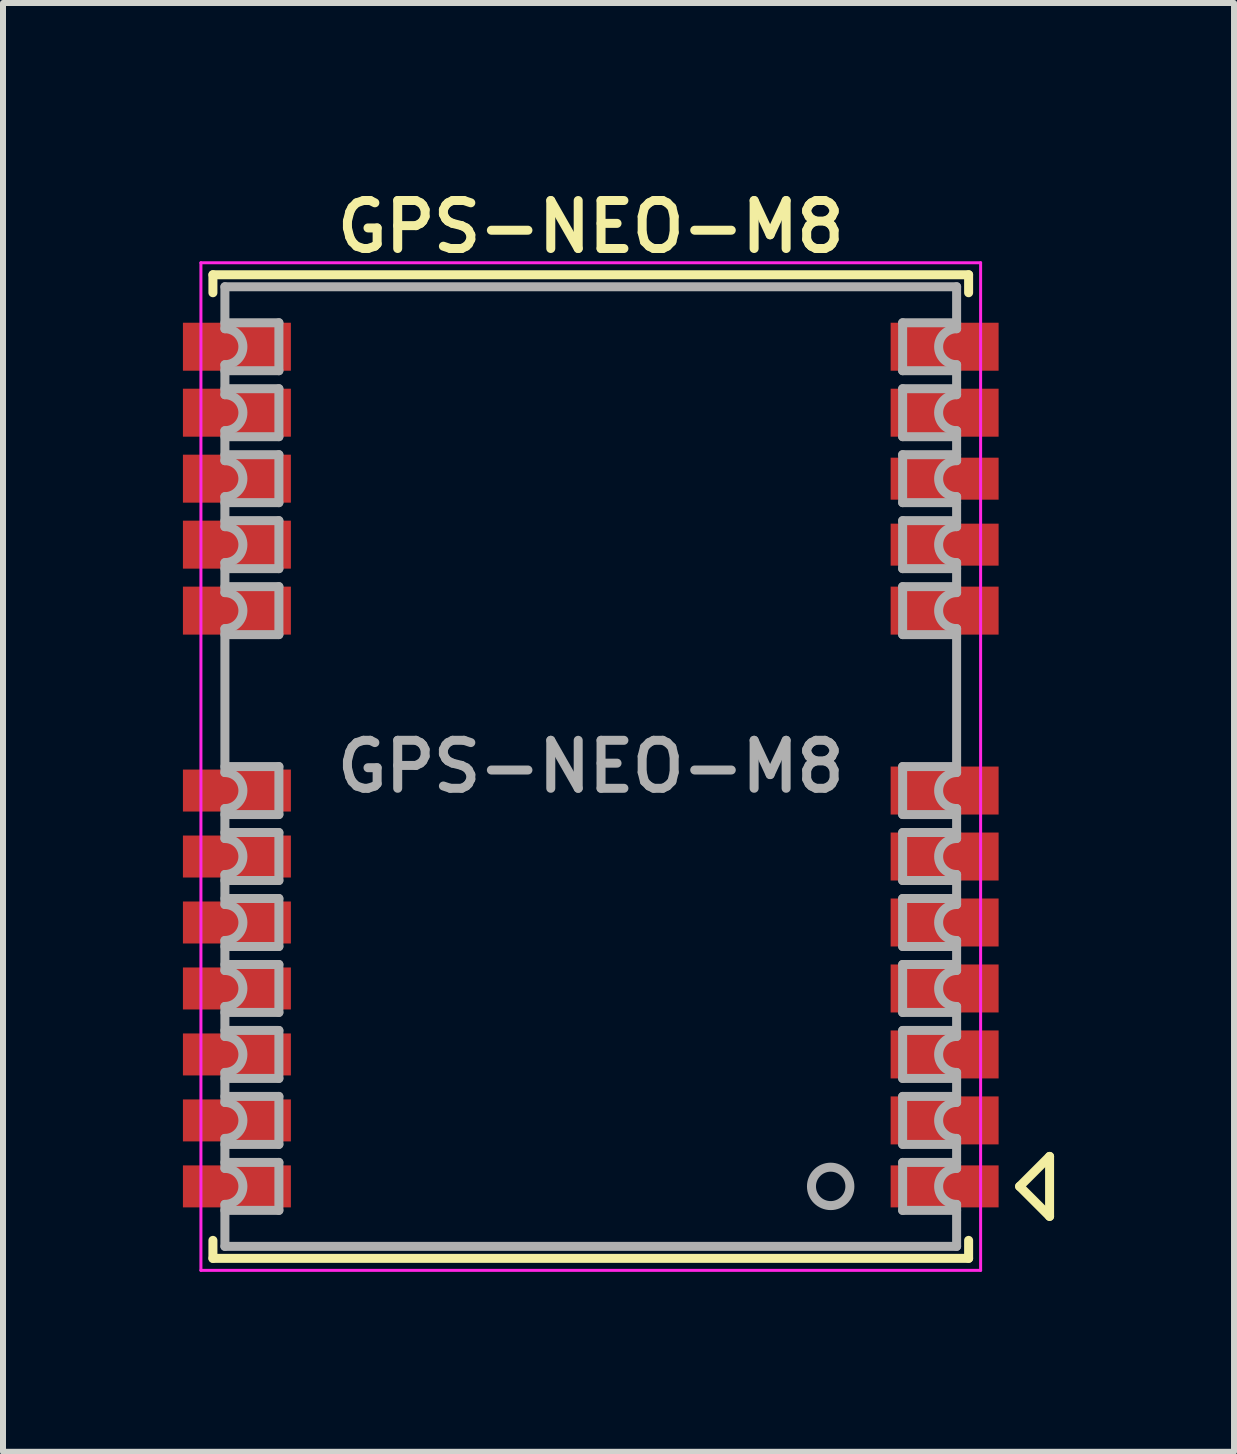
<source format=kicad_pcb>
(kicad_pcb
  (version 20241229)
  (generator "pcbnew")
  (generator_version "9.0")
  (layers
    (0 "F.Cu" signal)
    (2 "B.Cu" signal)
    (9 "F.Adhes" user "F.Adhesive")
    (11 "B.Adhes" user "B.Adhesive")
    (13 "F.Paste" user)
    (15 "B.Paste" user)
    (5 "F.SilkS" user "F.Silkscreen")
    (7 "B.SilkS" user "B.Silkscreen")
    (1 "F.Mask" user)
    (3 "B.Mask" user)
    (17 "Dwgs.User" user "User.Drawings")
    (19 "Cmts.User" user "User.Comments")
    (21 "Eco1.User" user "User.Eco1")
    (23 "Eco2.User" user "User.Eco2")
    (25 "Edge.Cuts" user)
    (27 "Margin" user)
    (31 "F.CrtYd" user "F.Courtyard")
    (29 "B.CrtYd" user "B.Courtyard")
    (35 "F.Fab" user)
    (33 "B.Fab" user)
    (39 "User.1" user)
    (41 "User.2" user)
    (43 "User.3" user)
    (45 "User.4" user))
  (footprint "GPS-NEO-M8"
    (layer "F.Cu")
    (at 6.8 9.731)
    (property "Reference" "GPS-NEO-M8" (at 0 -9 0) (layer "F.SilkS") (effects (font (size 0.8 0.8) (thickness 0.15))))
    (attr through_hole)
    (fp_line (start -6.3 -8.2) (end -6.3 -7.9) (stroke (width 0.15) (type solid)) (layer "F.SilkS"))
    (fp_line (start -6.3 -8.2) (end 6.3 -8.2) (stroke (width 0.15) (type solid)) (layer "F.SilkS"))
    (fp_line (start -6.3 8.2) (end -6.3 7.9) (stroke (width 0.15) (type solid)) (layer "F.SilkS"))
    (fp_line (start -6.3 8.2) (end 6.3 8.2) (stroke (width 0.15) (type solid)) (layer "F.SilkS"))
    (fp_line (start 6.3 -8.2) (end 6.3 -7.9) (stroke (width 0.15) (type solid)) (layer "F.SilkS"))
    (fp_line (start 6.3 8.2) (end 6.3 7.9) (stroke (width 0.15) (type solid)) (layer "F.SilkS"))
    (fp_line (start 7.15 7) (end 7.65 7.5) (stroke (width 0.15) (type solid)) (layer "F.SilkS"))
    (fp_line (start 7.65 6.5) (end 7.15 7) (stroke (width 0.15) (type solid)) (layer "F.SilkS"))
    (fp_line (start 7.65 7.5) (end 7.65 6.5) (stroke (width 0.15) (type solid)) (layer "F.SilkS"))
    (fp_line (start -6.5 -8.4) (end 6.5 -8.4) (stroke (width 0.05) (type solid)) (layer "F.CrtYd"))
    (fp_line (start -6.5 8.4) (end -6.5 -8.4) (stroke (width 0.05) (type solid)) (layer "F.CrtYd"))
    (fp_line (start 6.5 -8.4) (end 6.5 8.4) (stroke (width 0.05) (type solid)) (layer "F.CrtYd"))
    (fp_line (start 6.5 8.4) (end -6.5 8.4) (stroke (width 0.05) (type solid)) (layer "F.CrtYd"))
    (fp_line (start -6.1 -8) (end -6.1 -7.3) (stroke (width 0.15) (type solid)) (layer "F.Fab"))
    (fp_line (start -6.1 -7.4) (end -5.2 -7.4) (stroke (width 0.15) (type solid)) (layer "F.Fab"))
    (fp_line (start -6.1 -6.7) (end -6.1 -6.2) (stroke (width 0.15) (type solid)) (layer "F.Fab"))
    (fp_line (start -6.1 -6.3) (end -5.2 -6.3) (stroke (width 0.15) (type solid)) (layer "F.Fab"))
    (fp_line (start -6.1 -5.6) (end -6.1 -5.1) (stroke (width 0.15) (type solid)) (layer "F.Fab"))
    (fp_line (start -6.1 -5.2) (end -5.2 -5.2) (stroke (width 0.15) (type solid)) (layer "F.Fab"))
    (fp_line (start -6.1 -4.5) (end -6.1 -4) (stroke (width 0.15) (type solid)) (layer "F.Fab"))
    (fp_line (start -6.1 -4.1) (end -5.2 -4.1) (stroke (width 0.15) (type solid)) (layer "F.Fab"))
    (fp_line (start -6.1 -3.4) (end -6.1 -2.9) (stroke (width 0.15) (type solid)) (layer "F.Fab"))
    (fp_line (start -6.1 -3) (end -5.2 -3) (stroke (width 0.15) (type solid)) (layer "F.Fab"))
    (fp_line (start -6.1 -2.3) (end -6.1 0.1) (stroke (width 0.15) (type solid)) (layer "F.Fab"))
    (fp_line (start -6.1 0) (end -5.2 0) (stroke (width 0.15) (type solid)) (layer "F.Fab"))
    (fp_line (start -6.1 0.7) (end -6.1 1.2) (stroke (width 0.15) (type solid)) (layer "F.Fab"))
    (fp_line (start -6.1 1.1) (end -5.2 1.1) (stroke (width 0.15) (type solid)) (layer "F.Fab"))
    (fp_line (start -6.1 1.8) (end -6.1 2.3) (stroke (width 0.15) (type solid)) (layer "F.Fab"))
    (fp_line (start -6.1 2.2) (end -5.2 2.2) (stroke (width 0.15) (type solid)) (layer "F.Fab"))
    (fp_line (start -6.1 2.9) (end -6.1 3.4) (stroke (width 0.15) (type solid)) (layer "F.Fab"))
    (fp_line (start -6.1 3.3) (end -5.2 3.3) (stroke (width 0.15) (type solid)) (layer "F.Fab"))
    (fp_line (start -6.1 4) (end -6.1 4.5) (stroke (width 0.15) (type solid)) (layer "F.Fab"))
    (fp_line (start -6.1 4.4) (end -5.2 4.4) (stroke (width 0.15) (type solid)) (layer "F.Fab"))
    (fp_line (start -6.1 5.1) (end -6.1 5.6) (stroke (width 0.15) (type solid)) (layer "F.Fab"))
    (fp_line (start -6.1 5.5) (end -5.2 5.5) (stroke (width 0.15) (type solid)) (layer "F.Fab"))
    (fp_line (start -6.1 6.2) (end -6.1 6.7) (stroke (width 0.15) (type solid)) (layer "F.Fab"))
    (fp_line (start -6.1 6.6) (end -5.2 6.6) (stroke (width 0.15) (type solid)) (layer "F.Fab"))
    (fp_line (start -6.1 8) (end -6.1 7.3) (stroke (width 0.15) (type solid)) (layer "F.Fab"))
    (fp_line (start -6.1 8) (end 6.1 8) (stroke (width 0.15) (type solid)) (layer "F.Fab"))
    (fp_line (start -5.2 -7.4) (end -5.2 -6.6) (stroke (width 0.15) (type solid)) (layer "F.Fab"))
    (fp_line (start -5.2 -6.6) (end -6.1 -6.6) (stroke (width 0.15) (type solid)) (layer "F.Fab"))
    (fp_line (start -5.2 -6.3) (end -5.2 -5.5) (stroke (width 0.15) (type solid)) (layer "F.Fab"))
    (fp_line (start -5.2 -5.5) (end -6.1 -5.5) (stroke (width 0.15) (type solid)) (layer "F.Fab"))
    (fp_line (start -5.2 -5.2) (end -5.2 -4.4) (stroke (width 0.15) (type solid)) (layer "F.Fab"))
    (fp_line (start -5.2 -4.4) (end -6.1 -4.4) (stroke (width 0.15) (type solid)) (layer "F.Fab"))
    (fp_line (start -5.2 -4.1) (end -5.2 -3.3) (stroke (width 0.15) (type solid)) (layer "F.Fab"))
    (fp_line (start -5.2 -3.3) (end -6.1 -3.3) (stroke (width 0.15) (type solid)) (layer "F.Fab"))
    (fp_line (start -5.2 -3) (end -5.2 -2.2) (stroke (width 0.15) (type solid)) (layer "F.Fab"))
    (fp_line (start -5.2 -2.2) (end -6.1 -2.2) (stroke (width 0.15) (type solid)) (layer "F.Fab"))
    (fp_line (start -5.2 0) (end -5.2 0.8) (stroke (width 0.15) (type solid)) (layer "F.Fab"))
    (fp_line (start -5.2 0.8) (end -6.1 0.8) (stroke (width 0.15) (type solid)) (layer "F.Fab"))
    (fp_line (start -5.2 1.1) (end -5.2 1.9) (stroke (width 0.15) (type solid)) (layer "F.Fab"))
    (fp_line (start -5.2 1.9) (end -6.1 1.9) (stroke (width 0.15) (type solid)) (layer "F.Fab"))
    (fp_line (start -5.2 2.2) (end -5.2 3) (stroke (width 0.15) (type solid)) (layer "F.Fab"))
    (fp_line (start -5.2 3) (end -6.1 3) (stroke (width 0.15) (type solid)) (layer "F.Fab"))
    (fp_line (start -5.2 3.3) (end -5.2 4.1) (stroke (width 0.15) (type solid)) (layer "F.Fab"))
    (fp_line (start -5.2 4.1) (end -6.1 4.1) (stroke (width 0.15) (type solid)) (layer "F.Fab"))
    (fp_line (start -5.2 4.4) (end -5.2 5.2) (stroke (width 0.15) (type solid)) (layer "F.Fab"))
    (fp_line (start -5.2 5.2) (end -6.1 5.2) (stroke (width 0.15) (type solid)) (layer "F.Fab"))
    (fp_line (start -5.2 5.5) (end -5.2 6.3) (stroke (width 0.15) (type solid)) (layer "F.Fab"))
    (fp_line (start -5.2 6.3) (end -6.1 6.3) (stroke (width 0.15) (type solid)) (layer "F.Fab"))
    (fp_line (start -5.2 6.6) (end -5.2 7.4) (stroke (width 0.15) (type solid)) (layer "F.Fab"))
    (fp_line (start -5.2 7.4) (end -6.1 7.4) (stroke (width 0.15) (type solid)) (layer "F.Fab"))
    (fp_line (start 5.2 -7.4) (end 6.1 -7.4) (stroke (width 0.15) (type solid)) (layer "F.Fab"))
    (fp_line (start 5.2 -6.6) (end 5.2 -7.4) (stroke (width 0.15) (type solid)) (layer "F.Fab"))
    (fp_line (start 5.2 -6.3) (end 6.1 -6.3) (stroke (width 0.15) (type solid)) (layer "F.Fab"))
    (fp_line (start 5.2 -5.5) (end 5.2 -6.3) (stroke (width 0.15) (type solid)) (layer "F.Fab"))
    (fp_line (start 5.2 -5.2) (end 6.1 -5.2) (stroke (width 0.15) (type solid)) (layer "F.Fab"))
    (fp_line (start 5.2 -4.4) (end 5.2 -5.2) (stroke (width 0.15) (type solid)) (layer "F.Fab"))
    (fp_line (start 5.2 -4.1) (end 6.1 -4.1) (stroke (width 0.15) (type solid)) (layer "F.Fab"))
    (fp_line (start 5.2 -3.3) (end 5.2 -4.1) (stroke (width 0.15) (type solid)) (layer "F.Fab"))
    (fp_line (start 5.2 -3) (end 6.1 -3) (stroke (width 0.15) (type solid)) (layer "F.Fab"))
    (fp_line (start 5.2 -2.2) (end 5.2 -3) (stroke (width 0.15) (type solid)) (layer "F.Fab"))
    (fp_line (start 5.2 0) (end 6.1 0) (stroke (width 0.15) (type solid)) (layer "F.Fab"))
    (fp_line (start 5.2 0.8) (end 5.2 0) (stroke (width 0.15) (type solid)) (layer "F.Fab"))
    (fp_line (start 5.2 1.1) (end 6.1 1.1) (stroke (width 0.15) (type solid)) (layer "F.Fab"))
    (fp_line (start 5.2 1.9) (end 5.2 1.1) (stroke (width 0.15) (type solid)) (layer "F.Fab"))
    (fp_line (start 5.2 2.2) (end 6.1 2.2) (stroke (width 0.15) (type solid)) (layer "F.Fab"))
    (fp_line (start 5.2 3) (end 5.2 2.2) (stroke (width 0.15) (type solid)) (layer "F.Fab"))
    (fp_line (start 5.2 3.3) (end 6.1 3.3) (stroke (width 0.15) (type solid)) (layer "F.Fab"))
    (fp_line (start 5.2 4.1) (end 5.2 3.3) (stroke (width 0.15) (type solid)) (layer "F.Fab"))
    (fp_line (start 5.2 4.4) (end 6.1 4.4) (stroke (width 0.15) (type solid)) (layer "F.Fab"))
    (fp_line (start 5.2 5.2) (end 5.2 4.4) (stroke (width 0.15) (type solid)) (layer "F.Fab"))
    (fp_line (start 5.2 5.5) (end 6.1 5.5) (stroke (width 0.15) (type solid)) (layer "F.Fab"))
    (fp_line (start 5.2 6.3) (end 5.2 5.5) (stroke (width 0.15) (type solid)) (layer "F.Fab"))
    (fp_line (start 5.2 6.6) (end 6.1 6.6) (stroke (width 0.15) (type solid)) (layer "F.Fab"))
    (fp_line (start 5.2 7.4) (end 5.2 6.6) (stroke (width 0.15) (type solid)) (layer "F.Fab"))
    (fp_line (start 6.1 -8) (end -6.1 -8) (stroke (width 0.15) (type solid)) (layer "F.Fab"))
    (fp_line (start 6.1 -7.3) (end 6.1 -8) (stroke (width 0.15) (type solid)) (layer "F.Fab"))
    (fp_line (start 6.1 -6.6) (end 5.2 -6.6) (stroke (width 0.15) (type solid)) (layer "F.Fab"))
    (fp_line (start 6.1 -6.2) (end 6.1 -6.7) (stroke (width 0.15) (type solid)) (layer "F.Fab"))
    (fp_line (start 6.1 -5.5) (end 5.2 -5.5) (stroke (width 0.15) (type solid)) (layer "F.Fab"))
    (fp_line (start 6.1 -5.1) (end 6.1 -5.6) (stroke (width 0.15) (type solid)) (layer "F.Fab"))
    (fp_line (start 6.1 -4.4) (end 5.2 -4.4) (stroke (width 0.15) (type solid)) (layer "F.Fab"))
    (fp_line (start 6.1 -4) (end 6.1 -4.5) (stroke (width 0.15) (type solid)) (layer "F.Fab"))
    (fp_line (start 6.1 -3.3) (end 5.2 -3.3) (stroke (width 0.15) (type solid)) (layer "F.Fab"))
    (fp_line (start 6.1 -2.9) (end 6.1 -3.4) (stroke (width 0.15) (type solid)) (layer "F.Fab"))
    (fp_line (start 6.1 -2.2) (end 5.2 -2.2) (stroke (width 0.15) (type solid)) (layer "F.Fab"))
    (fp_line (start 6.1 0.1) (end 6.1 -2.3) (stroke (width 0.15) (type solid)) (layer "F.Fab"))
    (fp_line (start 6.1 0.8) (end 5.2 0.8) (stroke (width 0.15) (type solid)) (layer "F.Fab"))
    (fp_line (start 6.1 1.2) (end 6.1 0.7) (stroke (width 0.15) (type solid)) (layer "F.Fab"))
    (fp_line (start 6.1 1.8) (end 6.1 2.3) (stroke (width 0.15) (type solid)) (layer "F.Fab"))
    (fp_line (start 6.1 1.9) (end 5.2 1.9) (stroke (width 0.15) (type solid)) (layer "F.Fab"))
    (fp_line (start 6.1 3) (end 5.2 3) (stroke (width 0.15) (type solid)) (layer "F.Fab"))
    (fp_line (start 6.1 3.4) (end 6.1 2.9) (stroke (width 0.15) (type solid)) (layer "F.Fab"))
    (fp_line (start 6.1 4.1) (end 5.2 4.1) (stroke (width 0.15) (type solid)) (layer "F.Fab"))
    (fp_line (start 6.1 4.5) (end 6.1 4) (stroke (width 0.15) (type solid)) (layer "F.Fab"))
    (fp_line (start 6.1 5.2) (end 5.2 5.2) (stroke (width 0.15) (type solid)) (layer "F.Fab"))
    (fp_line (start 6.1 5.6) (end 6.1 5.1) (stroke (width 0.15) (type solid)) (layer "F.Fab"))
    (fp_line (start 6.1 6.3) (end 5.2 6.3) (stroke (width 0.15) (type solid)) (layer "F.Fab"))
    (fp_line (start 6.1 6.7) (end 6.1 6.2) (stroke (width 0.15) (type solid)) (layer "F.Fab"))
    (fp_line (start 6.1 7.3) (end 6.1 8) (stroke (width 0.15) (type solid)) (layer "F.Fab"))
    (fp_line (start 6.1 7.4) (end 5.2 7.4) (stroke (width 0.15) (type solid)) (layer "F.Fab"))
    (fp_arc (start -6.099998 -7.3) (mid -5.8 -6.999999) (end -6.1 -6.7) (stroke (width 0.15) (type solid)) (layer "F.Fab"))
    (fp_arc (start -6.099998 -6.2) (mid -5.8 -5.899999) (end -6.1 -5.6) (stroke (width 0.15) (type solid)) (layer "F.Fab"))
    (fp_arc (start -6.099998 -5.1) (mid -5.8 -4.799999) (end -6.1 -4.5) (stroke (width 0.15) (type solid)) (layer "F.Fab"))
    (fp_arc (start -6.099998 -4) (mid -5.8 -3.699999) (end -6.1 -3.4) (stroke (width 0.15) (type solid)) (layer "F.Fab"))
    (fp_arc (start -6.099998 -2.9) (mid -5.8 -2.599999) (end -6.1 -2.3) (stroke (width 0.15) (type solid)) (layer "F.Fab"))
    (fp_arc (start -6.099998 0.1) (mid -5.8 0.400001) (end -6.1 0.7) (stroke (width 0.15) (type solid)) (layer "F.Fab"))
    (fp_arc (start -6.099998 1.2) (mid -5.8 1.500001) (end -6.1 1.8) (stroke (width 0.15) (type solid)) (layer "F.Fab"))
    (fp_arc (start -6.099998 2.3) (mid -5.8 2.600001) (end -6.1 2.9) (stroke (width 0.15) (type solid)) (layer "F.Fab"))
    (fp_arc (start -6.099998 3.4) (mid -5.8 3.700001) (end -6.1 4) (stroke (width 0.15) (type solid)) (layer "F.Fab"))
    (fp_arc (start -6.099998 4.5) (mid -5.8 4.800001) (end -6.1 5.1) (stroke (width 0.15) (type solid)) (layer "F.Fab"))
    (fp_arc (start -6.099998 5.6) (mid -5.8 5.900001) (end -6.1 6.2) (stroke (width 0.15) (type solid)) (layer "F.Fab"))
    (fp_arc (start -6.099998 6.7) (mid -5.8 7.000001) (end -6.1 7.3) (stroke (width 0.15) (type solid)) (layer "F.Fab"))
    (fp_arc (start 6.099998 -6.7) (mid 5.8 -7.000001) (end 6.1 -7.3) (stroke (width 0.15) (type solid)) (layer "F.Fab"))
    (fp_arc (start 6.099998 -5.6) (mid 5.8 -5.900001) (end 6.1 -6.2) (stroke (width 0.15) (type solid)) (layer "F.Fab"))
    (fp_arc (start 6.099998 -4.5) (mid 5.8 -4.800001) (end 6.1 -5.1) (stroke (width 0.15) (type solid)) (layer "F.Fab"))
    (fp_arc (start 6.099998 -3.4) (mid 5.8 -3.700001) (end 6.1 -4) (stroke (width 0.15) (type solid)) (layer "F.Fab"))
    (fp_arc (start 6.099998 -2.3) (mid 5.8 -2.600001) (end 6.1 -2.9) (stroke (width 0.15) (type solid)) (layer "F.Fab"))
    (fp_arc (start 6.099998 0.7) (mid 5.8 0.399999) (end 6.1 0.1) (stroke (width 0.15) (type solid)) (layer "F.Fab"))
    (fp_arc (start 6.099998 1.8) (mid 5.8 1.499999) (end 6.1 1.2) (stroke (width 0.15) (type solid)) (layer "F.Fab"))
    (fp_arc (start 6.099998 2.9) (mid 5.8 2.599999) (end 6.1 2.3) (stroke (width 0.15) (type solid)) (layer "F.Fab"))
    (fp_arc (start 6.099998 4) (mid 5.8 3.699999) (end 6.1 3.4) (stroke (width 0.15) (type solid)) (layer "F.Fab"))
    (fp_arc (start 6.099998 5.1) (mid 5.8 4.799999) (end 6.1 4.5) (stroke (width 0.15) (type solid)) (layer "F.Fab"))
    (fp_arc (start 6.099998 6.2) (mid 5.8 5.899999) (end 6.1 5.6) (stroke (width 0.15) (type solid)) (layer "F.Fab"))
    (fp_arc (start 6.099998 7.3) (mid 5.8 6.999999) (end 6.1 6.7) (stroke (width 0.15) (type solid)) (layer "F.Fab"))
    (fp_circle (center 4 7) (end 4.25 7.2) (stroke (width 0.15) (type solid)) (fill no) (layer "F.Fab"))
    (fp_text user "${REFERENCE}" (at 0 0 0) (layer "F.Fab") (effects (font (size 0.8 0.8) (thickness 0.15))))
    (pad "1" smd rect (at 5.9 7) (size 1.8 0.7) (layers "F.Cu" "F.Mask" "F.Paste"))
    (pad "2" smd rect (at 5.9 5.9) (size 1.8 0.8) (layers "F.Cu" "F.Mask" "F.Paste"))
    (pad "3" smd rect (at 5.9 4.8) (size 1.8 0.8) (layers "F.Cu" "F.Mask" "F.Paste"))
    (pad "4" smd rect (at 5.9 3.7) (size 1.8 0.8) (layers "F.Cu" "F.Mask" "F.Paste"))
    (pad "5" smd rect (at 5.9 2.6) (size 1.8 0.8) (layers "F.Cu" "F.Mask" "F.Paste"))
    (pad "6" smd rect (at 5.9 1.5) (size 1.8 0.8) (layers "F.Cu" "F.Mask" "F.Paste"))
    (pad "7" smd rect (at 5.9 0.4) (size 1.8 0.8) (layers "F.Cu" "F.Mask" "F.Paste"))
    (pad "8" smd rect (at 5.9 -2.6) (size 1.8 0.8) (layers "F.Cu" "F.Mask" "F.Paste"))
    (pad "9" smd rect (at 5.9 -3.7) (size 1.8 0.7) (layers "F.Cu" "F.Mask" "F.Paste"))
    (pad "10" smd rect (at 5.9 -4.8) (size 1.8 0.7) (layers "F.Cu" "F.Mask" "F.Paste"))
    (pad "11" smd rect (at 5.9 -5.9) (size 1.8 0.8) (layers "F.Cu" "F.Mask" "F.Paste"))
    (pad "12" smd rect (at 5.9 -7) (size 1.8 0.8) (layers "F.Cu" "F.Mask" "F.Paste"))
    (pad "13" smd rect (at -5.9 -7) (size 1.8 0.8) (layers "F.Cu" "F.Mask" "F.Paste"))
    (pad "14" smd rect (at -5.9 -5.9) (size 1.8 0.8) (layers "F.Cu" "F.Mask" "F.Paste"))
    (pad "15" smd rect (at -5.9 -4.8) (size 1.8 0.8) (layers "F.Cu" "F.Mask" "F.Paste"))
    (pad "16" smd rect (at -5.9 -3.7) (size 1.8 0.8) (layers "F.Cu" "F.Mask" "F.Paste"))
    (pad "17" smd rect (at -5.9 -2.6) (size 1.8 0.8) (layers "F.Cu" "F.Mask" "F.Paste"))
    (pad "18" smd rect (at -5.9 0.4) (size 1.8 0.7) (layers "F.Cu" "F.Mask" "F.Paste"))
    (pad "19" smd rect (at -5.9 1.5) (size 1.8 0.7) (layers "F.Cu" "F.Mask" "F.Paste"))
    (pad "20" smd rect (at -5.9 2.6) (size 1.8 0.7) (layers "F.Cu" "F.Mask" "F.Paste"))
    (pad "21" smd rect (at -5.9 3.7) (size 1.8 0.7) (layers "F.Cu" "F.Mask" "F.Paste"))
    (pad "22" smd rect (at -5.9 4.8) (size 1.8 0.7) (layers "F.Cu" "F.Mask" "F.Paste"))
    (pad "23" smd rect (at -5.9 5.9) (size 1.8 0.7) (layers "F.Cu" "F.Mask" "F.Paste"))
    (pad "24" smd rect (at -5.9 7) (size 1.8 0.7) (layers "F.Cu" "F.Mask" "F.Paste")))
  (gr_rect
    (start -3 -3)
    (end 17.525 21.156)
    (stroke (width 0.1) (type default))
    (fill no)
    (layer "Edge.Cuts")))
</source>
